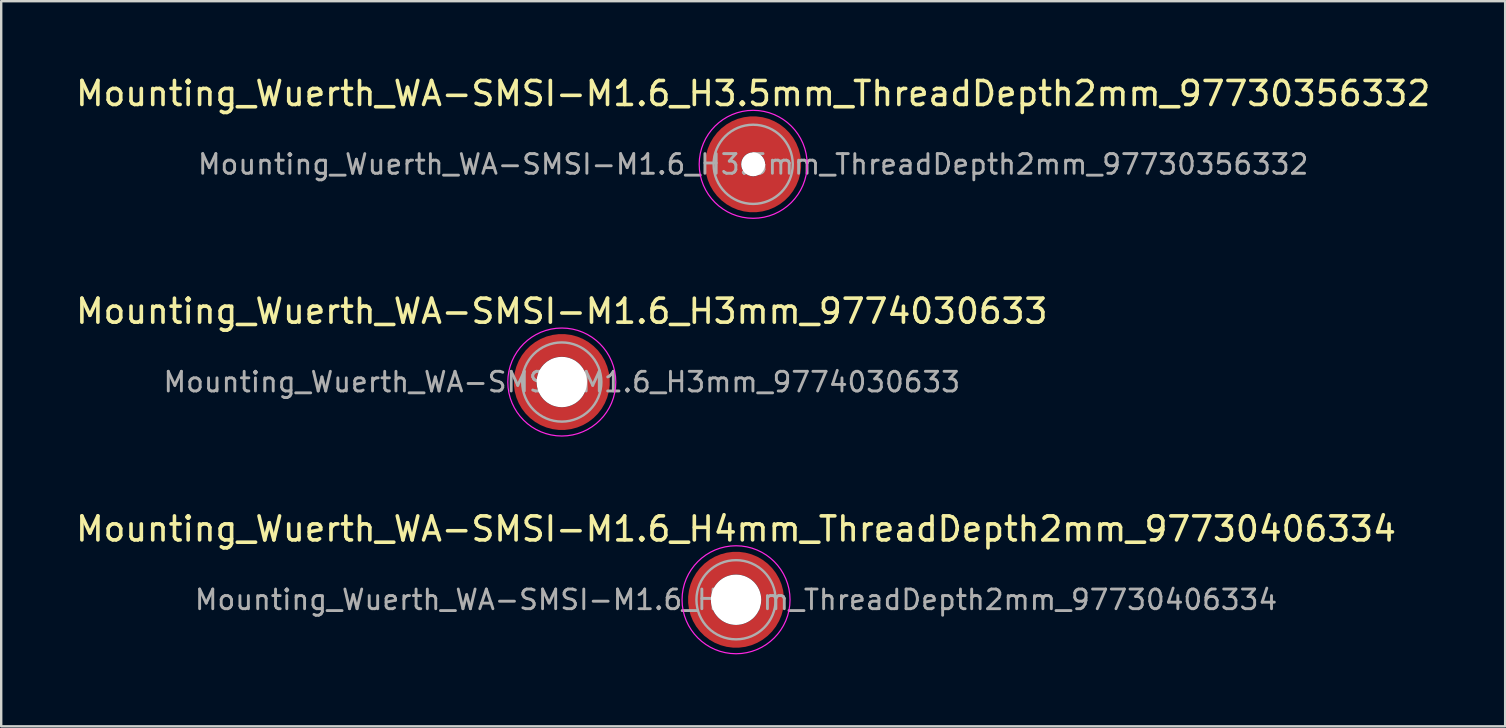
<source format=kicad_pcb>
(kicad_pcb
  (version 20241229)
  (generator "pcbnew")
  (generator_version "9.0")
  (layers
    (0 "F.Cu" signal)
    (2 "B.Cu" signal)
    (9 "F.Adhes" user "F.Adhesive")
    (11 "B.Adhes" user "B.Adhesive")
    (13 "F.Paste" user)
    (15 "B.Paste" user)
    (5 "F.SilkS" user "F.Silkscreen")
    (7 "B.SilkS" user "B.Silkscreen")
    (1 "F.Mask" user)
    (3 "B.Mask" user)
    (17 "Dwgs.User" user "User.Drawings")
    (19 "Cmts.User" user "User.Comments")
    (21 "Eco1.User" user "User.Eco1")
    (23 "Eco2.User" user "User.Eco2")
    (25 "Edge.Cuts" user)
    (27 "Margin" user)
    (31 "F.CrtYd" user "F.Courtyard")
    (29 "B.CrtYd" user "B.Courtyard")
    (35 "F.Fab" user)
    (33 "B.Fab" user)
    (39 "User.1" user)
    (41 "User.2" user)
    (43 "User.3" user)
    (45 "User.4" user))
  (footprint "Mounting_Wuerth_WA-SMSI-M1.6_H3.5mm_ThreadDepth2mm_97730356332"
    (layer "F.Cu")
    (at 28.339 3.798)
    (property "Reference" "Mounting_Wuerth_WA-SMSI-M1.6_H3.5mm_ThreadDepth2mm_97730356332" (at 0 -2.95 0) (layer "F.SilkS") (effects (font (size 1 1) (thickness 0.15))))
    (property "Mouser Part no." "" (at 0 0 0) (layer "F.Fab") (effects (font (size 1.27 1.27) (thickness 0.15))))
    (property "Mouser link" "" (at 0 0 0) (layer "F.Fab") (effects (font (size 1.27 1.27) (thickness 0.15))))
    (attr smd)
    (fp_circle (center 0 0) (end 2.25 0) (stroke (width 0.05) (type solid)) (fill no) (layer "F.CrtYd"))
    (fp_circle (center 0 0) (end 1.65 0) (stroke (width 0.1) (type solid)) (fill no) (layer "F.Fab"))
    (fp_text user "${REFERENCE}" (at 0 0 0) (layer "F.Fab") (effects (font (size 0.82 0.82) (thickness 0.12))))
    (pad "" smd custom (at 0 -1.25) (size 0.9 0.9) (layers "F.Paste") (options (anchor circle)) (primitives (gr_arc (start -0.259808 0.6) (mid -0.00045 0.55) (end 0.258972 0.599667) (width 0.2)) (gr_arc (start -0.466369 0.6) (mid -0.000127 0.45) (end 0.466163 0.599852) (width 0.2)) (gr_arc (start -0.622495 0.6) (mid -0.000185 0.35) (end 0.622228 0.599745) (width 0.2)) (gr_arc (start -0.759934 0.6) (mid -0.000146 0.25) (end 0.759744 0.599777) (width 0.2)) (gr_arc (start -0.887412 0.6) (mid -0.000546 0.15) (end 0.886766 0.599119) (width 0.2)) (gr_arc (start -1.008712 0.6) (mid -0.000059 0.05) (end 1.008648 0.5999) (width 0.2)) (gr_arc (start -1.125833 0.6) (mid -0.001134 -0.049999) (end 1.124697 0.598036) (width 0.2)) (gr_arc (start -1.23996 0.6) (mid -0.00088 -0.15) (end 1.239142 0.598442) (width 0.2)) (gr_arc (start -1.351851 0.6) (mid -0.000542 -0.25) (end 1.351381 0.599023) (width 0.2)) (gr_arc (start -1.462019 0.6) (mid -0.000852 -0.35) (end 1.461326 0.598443) (width 0.2)) (gr_arc (start -1.570828 0.6) (mid -0.000608 -0.45) (end 1.570363 0.598876) (width 0.2)) (gr_arc (start -1.678541 0.6) (mid -0.000991 -0.55) (end 1.677824 0.598152) (width 0.2)) (gr_line (start 0.26 0.6) (end 1.679 0.6) (width 0.2)) (gr_line (start -0.26 0.6) (end -1.679 0.6) (width 0.2))))
    (pad "" np_thru_hole circle (at 0 0) (size 1 1) (drill 1) (layers "*.Cu" "*.Mask"))
    (pad "" smd custom (at 0 1.25) (size 0.9 0.9) (layers "F.Paste") (options (anchor circle)) (primitives (gr_arc (start 0.259808 -0.6) (mid 0.00045 -0.55) (end -0.258972 -0.599667) (width 0.2)) (gr_arc (start 0.466369 -0.6) (mid 0.000127 -0.45) (end -0.466163 -0.599852) (width 0.2)) (gr_arc (start 0.622495 -0.6) (mid 0.000185 -0.35) (end -0.622228 -0.599745) (width 0.2)) (gr_arc (start 0.759934 -0.6) (mid 0.000146 -0.25) (end -0.759744 -0.599777) (width 0.2)) (gr_arc (start 0.887412 -0.6) (mid 0.000546 -0.15) (end -0.886766 -0.599119) (width 0.2)) (gr_arc (start 1.008712 -0.6) (mid 0.000059 -0.05) (end -1.008648 -0.5999) (width 0.2)) (gr_arc (start 1.125833 -0.6) (mid 0.001134 0.049999) (end -1.124697 -0.598036) (width 0.2)) (gr_arc (start 1.23996 -0.6) (mid 0.00088 0.15) (end -1.239142 -0.598442) (width 0.2)) (gr_arc (start 1.351851 -0.6) (mid 0.000542 0.25) (end -1.351381 -0.599023) (width 0.2)) (gr_arc (start 1.462019 -0.6) (mid 0.000852 0.35) (end -1.461326 -0.598443) (width 0.2)) (gr_arc (start 1.570828 -0.6) (mid 0.000608 0.45) (end -1.570363 -0.598876) (width 0.2)) (gr_arc (start 1.678541 -0.6) (mid 0.000991 0.55) (end -1.677824 -0.598152) (width 0.2)) (gr_line (start -0.26 -0.6) (end -1.679 -0.6) (width 0.2)) (gr_line (start 0.26 -0.6) (end 1.679 -0.6) (width 0.2))))
    (pad "1" smd circle (at -1.25 0) (size 1.1 1.1) (layers "F.Cu"))
    (pad "1" smd circle (at 0 -1.25) (size 1.1 1.1) (layers "F.Cu"))
    (pad "1" smd circle (at 0 1.25) (size 1.1 1.1) (layers "F.Cu"))
    (pad "1" smd custom (at 1.25 0) (size 1.1 1.1) (layers "F.Cu" "F.Mask") (options (anchor circle)) (primitives (gr_circle (center -1.25 0) (end 0 0) (width 1.5) (fill no)))))
  (footprint "Mounting_Wuerth_WA-SMSI-M1.6_H3mm_9774030633"
    (layer "F.Cu")
    (at 20.363 12.871)
    (property "Reference" "Mounting_Wuerth_WA-SMSI-M1.6_H3mm_9774030633" (at 0 -2.95 0) (layer "F.SilkS") (effects (font (size 1 1) (thickness 0.15))))
    (property "Mouser Part no." "" (at 0 0 0) (layer "F.Fab") (effects (font (size 1.27 1.27) (thickness 0.15))))
    (property "Mouser link" "" (at 0 0 0) (layer "F.Fab") (effects (font (size 1.27 1.27) (thickness 0.15))))
    (attr smd)
    (fp_circle (center 0 0) (end 2.25 0) (stroke (width 0.05) (type solid)) (fill no) (layer "F.CrtYd"))
    (fp_circle (center 0 0) (end 1.65 0) (stroke (width 0.1) (type solid)) (fill no) (layer "F.Fab"))
    (fp_text user "${REFERENCE}" (at 0 0 0) (layer "F.Fab") (effects (font (size 0.82 0.82) (thickness 0.12))))
    (pad "" smd custom (at -1.061 -1.061) (size 0.4 0.4) (layers "F.Paste") (options (anchor circle)) (primitives (gr_arc (start -0.101235 0.76066) (mid 0.211799 0.212465) (end 0.759748 -0.100999) (width 0.2)) (gr_arc (start -0.204251 0.76066) (mid 0.141299 0.141544) (end 0.760323 -0.204171) (width 0.2)) (gr_arc (start -0.306819 0.76066) (mid 0.070255 0.071167) (end 0.759401 -0.306542) (width 0.2)) (gr_arc (start -0.409034 0.76066) (mid -0.000242 0.000241) (end 0.759991 -0.408897) (width 0.2)) (gr_arc (start -0.510963 0.76066) (mid -0.071561 -0.06986) (end 0.758297 -0.51051) (width 0.2)) (gr_arc (start -0.61266 0.76066) (mid -0.142171 -0.140671) (end 0.758572 -0.612284) (width 0.2)) (gr_arc (start -0.714164 0.76066) (mid -0.212264 -0.212) (end 0.760292 -0.714102) (width 0.2)) (gr_line (start 0.761 -0.101) (end 0.761 -0.714) (width 0.2)) (gr_line (start -0.101 0.761) (end -0.714 0.761) (width 0.2))))
    (pad "" smd custom (at -1.061 1.061) (size 0.4 0.4) (layers "F.Paste") (options (anchor circle)) (primitives (gr_arc (start 0.76066 0.101235) (mid 0.212465 -0.211799) (end -0.100999 -0.759748) (width 0.2)) (gr_arc (start 0.76066 0.204251) (mid 0.141544 -0.141299) (end -0.204171 -0.760323) (width 0.2)) (gr_arc (start 0.76066 0.306819) (mid 0.071167 -0.070255) (end -0.306542 -0.759401) (width 0.2)) (gr_arc (start 0.76066 0.409034) (mid 0.000241 0.000242) (end -0.408897 -0.759991) (width 0.2)) (gr_arc (start 0.76066 0.510963) (mid -0.06986 0.071561) (end -0.51051 -0.758297) (width 0.2)) (gr_arc (start 0.76066 0.61266) (mid -0.140671 0.142171) (end -0.612284 -0.758572) (width 0.2)) (gr_arc (start 0.76066 0.714164) (mid -0.212 0.212264) (end -0.714102 -0.760292) (width 0.2)) (gr_line (start -0.101 -0.761) (end -0.714 -0.761) (width 0.2)) (gr_line (start 0.761 0.101) (end 0.761 0.714) (width 0.2))))
    (pad "" np_thru_hole circle (at 0 0) (size 2.1 2.1) (drill 2.1) (layers "*.Cu" "*.Mask"))
    (pad "" smd custom (at 1.061 -1.061) (size 0.4 0.4) (layers "F.Paste") (options (anchor circle)) (primitives (gr_arc (start -0.76066 -0.101235) (mid -0.212465 0.211799) (end 0.100999 0.759748) (width 0.2)) (gr_arc (start -0.76066 -0.204251) (mid -0.141544 0.141299) (end 0.204171 0.760323) (width 0.2)) (gr_arc (start -0.76066 -0.306819) (mid -0.071167 0.070255) (end 0.306542 0.759401) (width 0.2)) (gr_arc (start -0.76066 -0.409034) (mid -0.000241 -0.000242) (end 0.408897 0.759991) (width 0.2)) (gr_arc (start -0.76066 -0.510963) (mid 0.06986 -0.071561) (end 0.51051 0.758297) (width 0.2)) (gr_arc (start -0.76066 -0.61266) (mid 0.140671 -0.142171) (end 0.612284 0.758572) (width 0.2)) (gr_arc (start -0.76066 -0.714164) (mid 0.212 -0.212264) (end 0.714102 0.760292) (width 0.2)) (gr_line (start 0.101 0.761) (end 0.714 0.761) (width 0.2)) (gr_line (start -0.761 -0.101) (end -0.761 -0.714) (width 0.2))))
    (pad "" smd custom (at 1.061 1.061) (size 0.4 0.4) (layers "F.Paste") (options (anchor circle)) (primitives (gr_arc (start 0.101235 -0.76066) (mid -0.211799 -0.212465) (end -0.759748 0.100999) (width 0.2)) (gr_arc (start 0.204251 -0.76066) (mid -0.141299 -0.141544) (end -0.760323 0.204171) (width 0.2)) (gr_arc (start 0.306819 -0.76066) (mid -0.070255 -0.071167) (end -0.759401 0.306542) (width 0.2)) (gr_arc (start 0.409034 -0.76066) (mid 0.000242 -0.000241) (end -0.759991 0.408897) (width 0.2)) (gr_arc (start 0.510963 -0.76066) (mid 0.071561 0.06986) (end -0.758297 0.51051) (width 0.2)) (gr_arc (start 0.61266 -0.76066) (mid 0.142171 0.140671) (end -0.758572 0.612284) (width 0.2)) (gr_arc (start 0.714164 -0.76066) (mid 0.212264 0.212) (end -0.760292 0.714102) (width 0.2)) (gr_line (start -0.761 0.101) (end -0.761 0.714) (width 0.2)) (gr_line (start 0.101 -0.761) (end 0.714 -0.761) (width 0.2))))
    (pad "1" smd circle (at -1.525 0) (size 0.55 0.55) (layers "F.Cu"))
    (pad "1" smd circle (at 0 -1.525) (size 0.55 0.55) (layers "F.Cu"))
    (pad "1" smd circle (at 0 1.525) (size 0.55 0.55) (layers "F.Cu"))
    (pad "1" smd custom (at 1.525 0) (size 0.55 0.55) (layers "F.Cu" "F.Mask") (options (anchor circle)) (primitives (gr_circle (center -1.525 0) (end 0 0) (width 0.95) (fill no)))))
  (footprint "Mounting_Wuerth_WA-SMSI-M1.6_H4mm_ThreadDepth2mm_97730406334"
    (layer "F.Cu")
    (at 27.625 21.945)
    (property "Reference" "Mounting_Wuerth_WA-SMSI-M1.6_H4mm_ThreadDepth2mm_97730406334" (at 0 -2.95 0) (layer "F.SilkS") (effects (font (size 1 1) (thickness 0.15))))
    (property "Mouser Part no." "" (at 0 0 0) (layer "F.Fab") (effects (font (size 1.27 1.27) (thickness 0.15))))
    (property "Mouser link" "" (at 0 0 0) (layer "F.Fab") (effects (font (size 1.27 1.27) (thickness 0.15))))
    (attr smd)
    (fp_circle (center 0 0) (end 2.25 0) (stroke (width 0.05) (type solid)) (fill no) (layer "F.CrtYd"))
    (fp_circle (center 0 0) (end 1.65 0) (stroke (width 0.1) (type solid)) (fill no) (layer "F.Fab"))
    (fp_text user "${REFERENCE}" (at 0 0 0) (layer "F.Fab") (effects (font (size 0.82 0.82) (thickness 0.12))))
    (pad "" smd custom (at -1.061 -1.061) (size 0.4 0.4) (layers "F.Paste") (options (anchor circle)) (primitives (gr_arc (start -0.101235 0.76066) (mid 0.211799 0.212465) (end 0.759748 -0.100999) (width 0.2)) (gr_arc (start -0.204251 0.76066) (mid 0.141299 0.141544) (end 0.760323 -0.204171) (width 0.2)) (gr_arc (start -0.306819 0.76066) (mid 0.070255 0.071167) (end 0.759401 -0.306542) (width 0.2)) (gr_arc (start -0.409034 0.76066) (mid -0.000242 0.000241) (end 0.759991 -0.408897) (width 0.2)) (gr_arc (start -0.510963 0.76066) (mid -0.071561 -0.06986) (end 0.758297 -0.51051) (width 0.2)) (gr_arc (start -0.61266 0.76066) (mid -0.142171 -0.140671) (end 0.758572 -0.612284) (width 0.2)) (gr_arc (start -0.714164 0.76066) (mid -0.212264 -0.212) (end 0.760292 -0.714102) (width 0.2)) (gr_line (start 0.761 -0.101) (end 0.761 -0.714) (width 0.2)) (gr_line (start -0.101 0.761) (end -0.714 0.761) (width 0.2))))
    (pad "" smd custom (at -1.061 1.061) (size 0.4 0.4) (layers "F.Paste") (options (anchor circle)) (primitives (gr_arc (start 0.76066 0.101235) (mid 0.212465 -0.211799) (end -0.100999 -0.759748) (width 0.2)) (gr_arc (start 0.76066 0.204251) (mid 0.141544 -0.141299) (end -0.204171 -0.760323) (width 0.2)) (gr_arc (start 0.76066 0.306819) (mid 0.071167 -0.070255) (end -0.306542 -0.759401) (width 0.2)) (gr_arc (start 0.76066 0.409034) (mid 0.000241 0.000242) (end -0.408897 -0.759991) (width 0.2)) (gr_arc (start 0.76066 0.510963) (mid -0.06986 0.071561) (end -0.51051 -0.758297) (width 0.2)) (gr_arc (start 0.76066 0.61266) (mid -0.140671 0.142171) (end -0.612284 -0.758572) (width 0.2)) (gr_arc (start 0.76066 0.714164) (mid -0.212 0.212264) (end -0.714102 -0.760292) (width 0.2)) (gr_line (start -0.101 -0.761) (end -0.714 -0.761) (width 0.2)) (gr_line (start 0.761 0.101) (end 0.761 0.714) (width 0.2))))
    (pad "" np_thru_hole circle (at 0 0) (size 2.1 2.1) (drill 2.1) (layers "*.Cu" "*.Mask"))
    (pad "" smd custom (at 1.061 -1.061) (size 0.4 0.4) (layers "F.Paste") (options (anchor circle)) (primitives (gr_arc (start -0.76066 -0.101235) (mid -0.212465 0.211799) (end 0.100999 0.759748) (width 0.2)) (gr_arc (start -0.76066 -0.204251) (mid -0.141544 0.141299) (end 0.204171 0.760323) (width 0.2)) (gr_arc (start -0.76066 -0.306819) (mid -0.071167 0.070255) (end 0.306542 0.759401) (width 0.2)) (gr_arc (start -0.76066 -0.409034) (mid -0.000241 -0.000242) (end 0.408897 0.759991) (width 0.2)) (gr_arc (start -0.76066 -0.510963) (mid 0.06986 -0.071561) (end 0.51051 0.758297) (width 0.2)) (gr_arc (start -0.76066 -0.61266) (mid 0.140671 -0.142171) (end 0.612284 0.758572) (width 0.2)) (gr_arc (start -0.76066 -0.714164) (mid 0.212 -0.212264) (end 0.714102 0.760292) (width 0.2)) (gr_line (start 0.101 0.761) (end 0.714 0.761) (width 0.2)) (gr_line (start -0.761 -0.101) (end -0.761 -0.714) (width 0.2))))
    (pad "" smd custom (at 1.061 1.061) (size 0.4 0.4) (layers "F.Paste") (options (anchor circle)) (primitives (gr_arc (start 0.101235 -0.76066) (mid -0.211799 -0.212465) (end -0.759748 0.100999) (width 0.2)) (gr_arc (start 0.204251 -0.76066) (mid -0.141299 -0.141544) (end -0.760323 0.204171) (width 0.2)) (gr_arc (start 0.306819 -0.76066) (mid -0.070255 -0.071167) (end -0.759401 0.306542) (width 0.2)) (gr_arc (start 0.409034 -0.76066) (mid 0.000242 -0.000241) (end -0.759991 0.408897) (width 0.2)) (gr_arc (start 0.510963 -0.76066) (mid 0.071561 0.06986) (end -0.758297 0.51051) (width 0.2)) (gr_arc (start 0.61266 -0.76066) (mid 0.142171 0.140671) (end -0.758572 0.612284) (width 0.2)) (gr_arc (start 0.714164 -0.76066) (mid 0.212264 0.212) (end -0.760292 0.714102) (width 0.2)) (gr_line (start -0.761 0.101) (end -0.761 0.714) (width 0.2)) (gr_line (start 0.101 -0.761) (end 0.714 -0.761) (width 0.2))))
    (pad "1" smd circle (at -1.525 0) (size 0.55 0.55) (layers "F.Cu"))
    (pad "1" smd circle (at 0 -1.525) (size 0.55 0.55) (layers "F.Cu"))
    (pad "1" smd circle (at 0 1.525) (size 0.55 0.55) (layers "F.Cu"))
    (pad "1" smd custom (at 1.525 0) (size 0.55 0.55) (layers "F.Cu" "F.Mask") (options (anchor circle)) (primitives (gr_circle (center -1.525 0) (end 0 0) (width 0.95) (fill no)))))
  (gr_rect
    (start -3 -3)
    (end 59.679 27.22)
    (stroke (width 0.1) (type default))
    (fill no)
    (layer "Edge.Cuts")))
</source>
